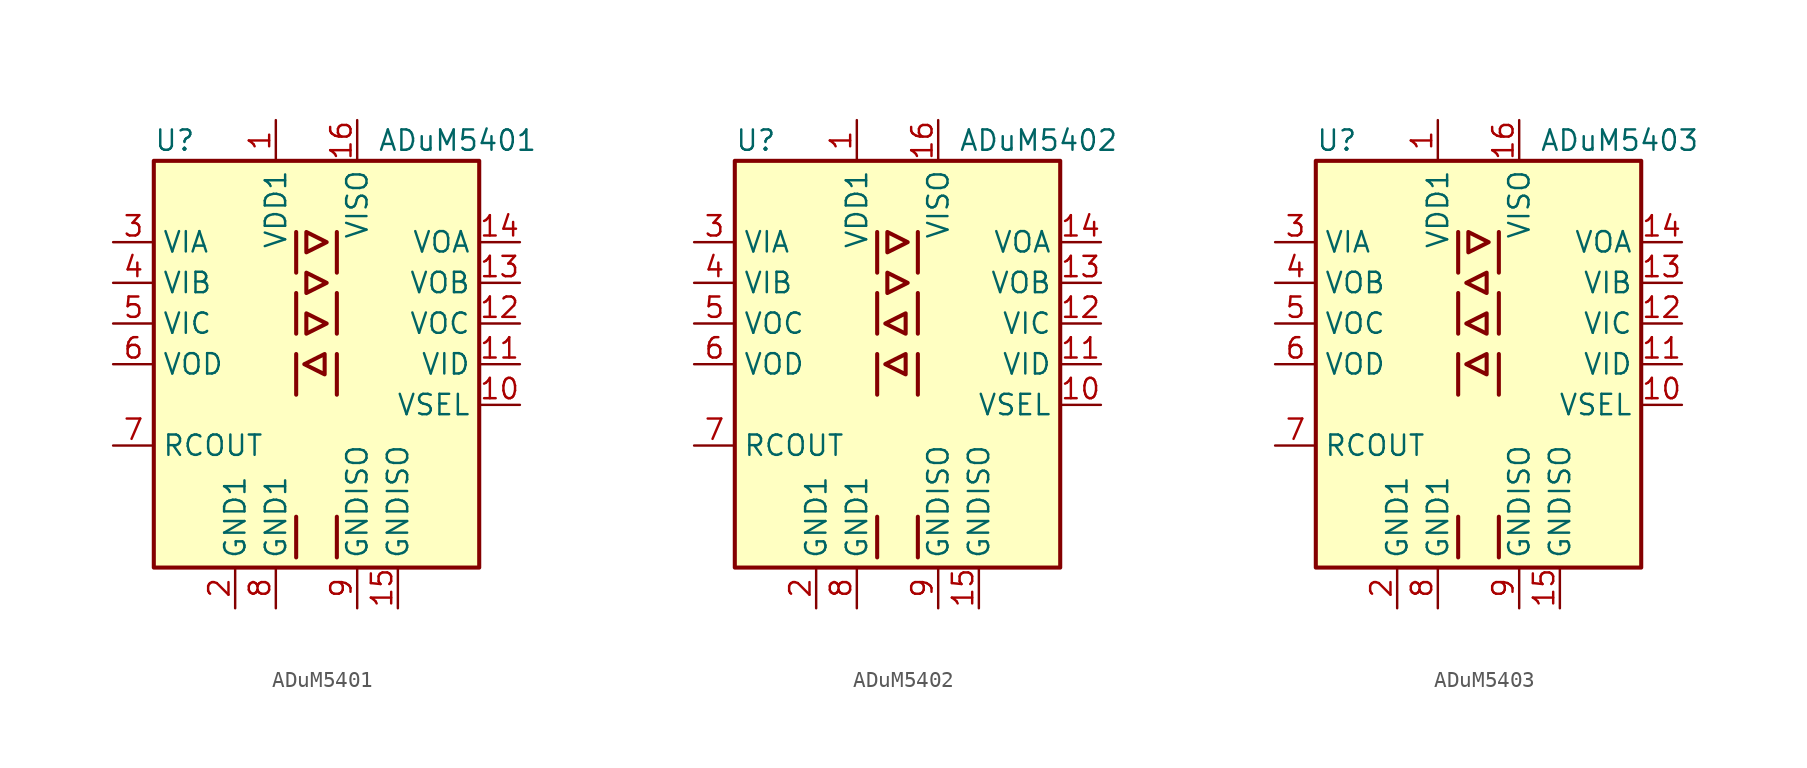
<source format=kicad_sym>
(kicad_symbol_lib
  (version 20201005)
  (generator kicad_symbol_editor)
  (symbol "Isolator_Digital:ADuM5401"
    (property "Reference" "U"
      (at -10.16 13.97 0)
      (effects (font (size 1.27 1.27)) (justify left)))
    (property "Value" "ADuM5401"
      (at 3.81 13.97 0)
      (effects (font (size 1.27 1.27)) (justify left)))
    (symbol "ADuM5401_0_1"
      (rectangle (start -10.16 12.7) (end 10.16 -12.7) (stroke (width 0.254)) (fill (type background)))
      (polyline (pts (xy -1.27 -9.525) (xy -1.27 -12.065)) (stroke (width 0.254)) (fill (type none)))
      (polyline (pts (xy -1.27 0.635) (xy -1.27 -1.905)) (stroke (width 0.254)) (fill (type none)))
      (polyline (pts (xy -1.27 4.445) (xy -1.27 1.905)) (stroke (width 0.254)) (fill (type none)))
      (polyline (pts (xy -1.27 8.255) (xy -1.27 5.715)) (stroke (width 0.254)) (fill (type none)))
      (polyline (pts (xy 1.27 -9.525) (xy 1.27 -12.065)) (stroke (width 0.254)) (fill (type none)))
      (polyline (pts (xy 1.27 0.635) (xy 1.27 -1.905)) (stroke (width 0.254)) (fill (type none)))
      (polyline (pts (xy 1.27 4.445) (xy 1.27 1.905)) (stroke (width 0.254)) (fill (type none)))
      (polyline (pts (xy 1.27 8.255) (xy 1.27 5.715)) (stroke (width 0.254)) (fill (type none)))
      (polyline (pts (xy -0.635 1.905) (xy 0.635 2.54) (xy -0.635 3.175) (xy -0.635 1.905)) (stroke (width 0.254)) (fill (type none)))
      (polyline (pts (xy -0.635 5.715) (xy -0.635 4.445) (xy 0.635 5.08) (xy -0.635 5.715)) (stroke (width 0.254)) (fill (type none)))
      (polyline (pts (xy -0.635 6.985) (xy 0.635 7.62) (xy -0.635 8.255) (xy -0.635 6.985)) (stroke (width 0.254)) (fill (type none)))
      (polyline (pts (xy 0.508 0.635) (xy 0.508 -0.635) (xy -0.762 0) (xy 0.508 0.635)) (stroke (width 0.254)) (fill (type none))))
    (symbol "ADuM5401_1_1"
      (pin power_in line (at -2.54 15.24 270) (length 2.54) (name "VDD1" (effects (font (size 1.27 1.27)))) (number "1" (effects (font (size 1.27 1.27)))))
      (pin input line (at 12.7 -2.54 180) (length 2.54) (name "VSEL" (effects (font (size 1.27 1.27)))) (number "10" (effects (font (size 1.27 1.27)))))
      (pin input line (at 12.7 0 180) (length 2.54) (name "VID" (effects (font (size 1.27 1.27)))) (number "11" (effects (font (size 1.27 1.27)))))
      (pin output line (at 12.7 2.54 180) (length 2.54) (name "VOC" (effects (font (size 1.27 1.27)))) (number "12" (effects (font (size 1.27 1.27)))))
      (pin output line (at 12.7 5.08 180) (length 2.54) (name "VOB" (effects (font (size 1.27 1.27)))) (number "13" (effects (font (size 1.27 1.27)))))
      (pin output line (at 12.7 7.62 180) (length 2.54) (name "VOA" (effects (font (size 1.27 1.27)))) (number "14" (effects (font (size 1.27 1.27)))))
      (pin power_in line (at 5.08 -15.24 90) (length 2.54) (name "GNDISO" (effects (font (size 1.27 1.27)))) (number "15" (effects (font (size 1.27 1.27)))))
      (pin power_in line (at 2.54 15.24 270) (length 2.54) (name "VISO" (effects (font (size 1.27 1.27)))) (number "16" (effects (font (size 1.27 1.27)))))
      (pin power_in line (at -5.08 -15.24 90) (length 2.54) (name "GND1" (effects (font (size 1.27 1.27)))) (number "2" (effects (font (size 1.27 1.27)))))
      (pin input line (at -12.7 7.62 0) (length 2.54) (name "VIA" (effects (font (size 1.27 1.27)))) (number "3" (effects (font (size 1.27 1.27)))))
      (pin input line (at -12.7 5.08 0) (length 2.54) (name "VIB" (effects (font (size 1.27 1.27)))) (number "4" (effects (font (size 1.27 1.27)))))
      (pin input line (at -12.7 2.54 0) (length 2.54) (name "VIC" (effects (font (size 1.27 1.27)))) (number "5" (effects (font (size 1.27 1.27)))))
      (pin output line (at -12.7 0 0) (length 2.54) (name "VOD" (effects (font (size 1.27 1.27)))) (number "6" (effects (font (size 1.27 1.27)))))
      (pin output line (at -12.7 -5.08 0) (length 2.54) (name "RCOUT" (effects (font (size 1.27 1.27)))) (number "7" (effects (font (size 1.27 1.27)))))
      (pin power_in line (at -2.54 -15.24 90) (length 2.54) (name "GND1" (effects (font (size 1.27 1.27)))) (number "8" (effects (font (size 1.27 1.27)))))
      (pin power_in line (at 2.54 -15.24 90) (length 2.54) (name "GNDISO" (effects (font (size 1.27 1.27)))) (number "9" (effects (font (size 1.27 1.27)))))))
  (symbol "Isolator_Digital:ADuM5402"
    (property "Reference" "U"
      (at -10.16 13.97 0)
      (effects (font (size 1.27 1.27)) (justify left)))
    (property "Value" "ADuM5402"
      (at 3.81 13.97 0)
      (effects (font (size 1.27 1.27)) (justify left)))
    (symbol "ADuM5402_0_1"
      (rectangle (start -10.16 12.7) (end 10.16 -12.7) (stroke (width 0.254)) (fill (type background)))
      (polyline (pts (xy -1.27 -9.525) (xy -1.27 -12.065)) (stroke (width 0.254)) (fill (type none)))
      (polyline (pts (xy -1.27 0.635) (xy -1.27 -1.905)) (stroke (width 0.254)) (fill (type none)))
      (polyline (pts (xy -1.27 4.445) (xy -1.27 1.905)) (stroke (width 0.254)) (fill (type none)))
      (polyline (pts (xy -1.27 8.255) (xy -1.27 5.715)) (stroke (width 0.254)) (fill (type none)))
      (polyline (pts (xy 1.27 -9.525) (xy 1.27 -12.065)) (stroke (width 0.254)) (fill (type none)))
      (polyline (pts (xy 1.27 0.635) (xy 1.27 -1.905)) (stroke (width 0.254)) (fill (type none)))
      (polyline (pts (xy 1.27 4.445) (xy 1.27 1.905)) (stroke (width 0.254)) (fill (type none)))
      (polyline (pts (xy 1.27 8.255) (xy 1.27 5.715)) (stroke (width 0.254)) (fill (type none)))
      (polyline (pts (xy -0.635 5.715) (xy -0.635 4.445) (xy 0.635 5.08) (xy -0.635 5.715)) (stroke (width 0.254)) (fill (type none)))
      (polyline (pts (xy -0.635 6.985) (xy 0.635 7.62) (xy -0.635 8.255) (xy -0.635 6.985)) (stroke (width 0.254)) (fill (type none)))
      (polyline (pts (xy 0.508 0.635) (xy 0.508 -0.635) (xy -0.762 0) (xy 0.508 0.635)) (stroke (width 0.254)) (fill (type none)))
      (polyline (pts (xy 0.508 1.905) (xy -0.762 2.54) (xy 0.508 3.175) (xy 0.508 1.905)) (stroke (width 0.254)) (fill (type none))))
    (symbol "ADuM5402_1_1"
      (pin power_in line (at -2.54 15.24 270) (length 2.54) (name "VDD1" (effects (font (size 1.27 1.27)))) (number "1" (effects (font (size 1.27 1.27)))))
      (pin input line (at 12.7 -2.54 180) (length 2.54) (name "VSEL" (effects (font (size 1.27 1.27)))) (number "10" (effects (font (size 1.27 1.27)))))
      (pin input line (at 12.7 0 180) (length 2.54) (name "VID" (effects (font (size 1.27 1.27)))) (number "11" (effects (font (size 1.27 1.27)))))
      (pin input line (at 12.7 2.54 180) (length 2.54) (name "VIC" (effects (font (size 1.27 1.27)))) (number "12" (effects (font (size 1.27 1.27)))))
      (pin output line (at 12.7 5.08 180) (length 2.54) (name "VOB" (effects (font (size 1.27 1.27)))) (number "13" (effects (font (size 1.27 1.27)))))
      (pin output line (at 12.7 7.62 180) (length 2.54) (name "VOA" (effects (font (size 1.27 1.27)))) (number "14" (effects (font (size 1.27 1.27)))))
      (pin power_in line (at 5.08 -15.24 90) (length 2.54) (name "GNDISO" (effects (font (size 1.27 1.27)))) (number "15" (effects (font (size 1.27 1.27)))))
      (pin power_in line (at 2.54 15.24 270) (length 2.54) (name "VISO" (effects (font (size 1.27 1.27)))) (number "16" (effects (font (size 1.27 1.27)))))
      (pin power_in line (at -5.08 -15.24 90) (length 2.54) (name "GND1" (effects (font (size 1.27 1.27)))) (number "2" (effects (font (size 1.27 1.27)))))
      (pin input line (at -12.7 7.62 0) (length 2.54) (name "VIA" (effects (font (size 1.27 1.27)))) (number "3" (effects (font (size 1.27 1.27)))))
      (pin input line (at -12.7 5.08 0) (length 2.54) (name "VIB" (effects (font (size 1.27 1.27)))) (number "4" (effects (font (size 1.27 1.27)))))
      (pin output line (at -12.7 2.54 0) (length 2.54) (name "VOC" (effects (font (size 1.27 1.27)))) (number "5" (effects (font (size 1.27 1.27)))))
      (pin output line (at -12.7 0 0) (length 2.54) (name "VOD" (effects (font (size 1.27 1.27)))) (number "6" (effects (font (size 1.27 1.27)))))
      (pin output line (at -12.7 -5.08 0) (length 2.54) (name "RCOUT" (effects (font (size 1.27 1.27)))) (number "7" (effects (font (size 1.27 1.27)))))
      (pin power_in line (at -2.54 -15.24 90) (length 2.54) (name "GND1" (effects (font (size 1.27 1.27)))) (number "8" (effects (font (size 1.27 1.27)))))
      (pin power_in line (at 2.54 -15.24 90) (length 2.54) (name "GNDISO" (effects (font (size 1.27 1.27)))) (number "9" (effects (font (size 1.27 1.27)))))))
  (symbol "Isolator_Digital:ADuM5403"
    (property "Reference" "U"
      (at -10.16 13.97 0)
      (effects (font (size 1.27 1.27)) (justify left)))
    (property "Value" "ADuM5403"
      (at 3.81 13.97 0)
      (effects (font (size 1.27 1.27)) (justify left)))
    (symbol "ADuM5403_0_1"
      (rectangle (start -10.16 12.7) (end 10.16 -12.7) (stroke (width 0.254)) (fill (type background)))
      (polyline (pts (xy -1.27 -9.525) (xy -1.27 -12.065)) (stroke (width 0.254)) (fill (type none)))
      (polyline (pts (xy -1.27 0.635) (xy -1.27 -1.905)) (stroke (width 0.254)) (fill (type none)))
      (polyline (pts (xy -1.27 4.445) (xy -1.27 1.905)) (stroke (width 0.254)) (fill (type none)))
      (polyline (pts (xy -1.27 8.255) (xy -1.27 5.715)) (stroke (width 0.254)) (fill (type none)))
      (polyline (pts (xy 1.27 -9.525) (xy 1.27 -12.065)) (stroke (width 0.254)) (fill (type none)))
      (polyline (pts (xy 1.27 0.635) (xy 1.27 -1.905)) (stroke (width 0.254)) (fill (type none)))
      (polyline (pts (xy 1.27 4.445) (xy 1.27 1.905)) (stroke (width 0.254)) (fill (type none)))
      (polyline (pts (xy 1.27 8.255) (xy 1.27 5.715)) (stroke (width 0.254)) (fill (type none)))
      (polyline (pts (xy -0.635 6.985) (xy 0.635 7.62) (xy -0.635 8.255) (xy -0.635 6.985)) (stroke (width 0.254)) (fill (type none)))
      (polyline (pts (xy 0.508 0.635) (xy 0.508 -0.635) (xy -0.762 0) (xy 0.508 0.635)) (stroke (width 0.254)) (fill (type none)))
      (polyline (pts (xy 0.508 1.905) (xy -0.762 2.54) (xy 0.508 3.175) (xy 0.508 1.905)) (stroke (width 0.254)) (fill (type none)))
      (polyline (pts (xy 0.508 5.715) (xy 0.508 4.445) (xy -0.762 5.08) (xy 0.508 5.715)) (stroke (width 0.254)) (fill (type none))))
    (symbol "ADuM5403_1_1"
      (pin power_in line (at -2.54 15.24 270) (length 2.54) (name "VDD1" (effects (font (size 1.27 1.27)))) (number "1" (effects (font (size 1.27 1.27)))))
      (pin input line (at 12.7 -2.54 180) (length 2.54) (name "VSEL" (effects (font (size 1.27 1.27)))) (number "10" (effects (font (size 1.27 1.27)))))
      (pin input line (at 12.7 0 180) (length 2.54) (name "VID" (effects (font (size 1.27 1.27)))) (number "11" (effects (font (size 1.27 1.27)))))
      (pin input line (at 12.7 2.54 180) (length 2.54) (name "VIC" (effects (font (size 1.27 1.27)))) (number "12" (effects (font (size 1.27 1.27)))))
      (pin input line (at 12.7 5.08 180) (length 2.54) (name "VIB" (effects (font (size 1.27 1.27)))) (number "13" (effects (font (size 1.27 1.27)))))
      (pin output line (at 12.7 7.62 180) (length 2.54) (name "VOA" (effects (font (size 1.27 1.27)))) (number "14" (effects (font (size 1.27 1.27)))))
      (pin power_in line (at 5.08 -15.24 90) (length 2.54) (name "GNDISO" (effects (font (size 1.27 1.27)))) (number "15" (effects (font (size 1.27 1.27)))))
      (pin power_in line (at 2.54 15.24 270) (length 2.54) (name "VISO" (effects (font (size 1.27 1.27)))) (number "16" (effects (font (size 1.27 1.27)))))
      (pin power_in line (at -5.08 -15.24 90) (length 2.54) (name "GND1" (effects (font (size 1.27 1.27)))) (number "2" (effects (font (size 1.27 1.27)))))
      (pin input line (at -12.7 7.62 0) (length 2.54) (name "VIA" (effects (font (size 1.27 1.27)))) (number "3" (effects (font (size 1.27 1.27)))))
      (pin output line (at -12.7 5.08 0) (length 2.54) (name "VOB" (effects (font (size 1.27 1.27)))) (number "4" (effects (font (size 1.27 1.27)))))
      (pin output line (at -12.7 2.54 0) (length 2.54) (name "VOC" (effects (font (size 1.27 1.27)))) (number "5" (effects (font (size 1.27 1.27)))))
      (pin output line (at -12.7 0 0) (length 2.54) (name "VOD" (effects (font (size 1.27 1.27)))) (number "6" (effects (font (size 1.27 1.27)))))
      (pin output line (at -12.7 -5.08 0) (length 2.54) (name "RCOUT" (effects (font (size 1.27 1.27)))) (number "7" (effects (font (size 1.27 1.27)))))
      (pin power_in line (at -2.54 -15.24 90) (length 2.54) (name "GND1" (effects (font (size 1.27 1.27)))) (number "8" (effects (font (size 1.27 1.27)))))
      (pin power_in line (at 2.54 -15.24 90) (length 2.54) (name "GNDISO" (effects (font (size 1.27 1.27)))) (number "9" (effects (font (size 1.27 1.27))))))))
</source>
